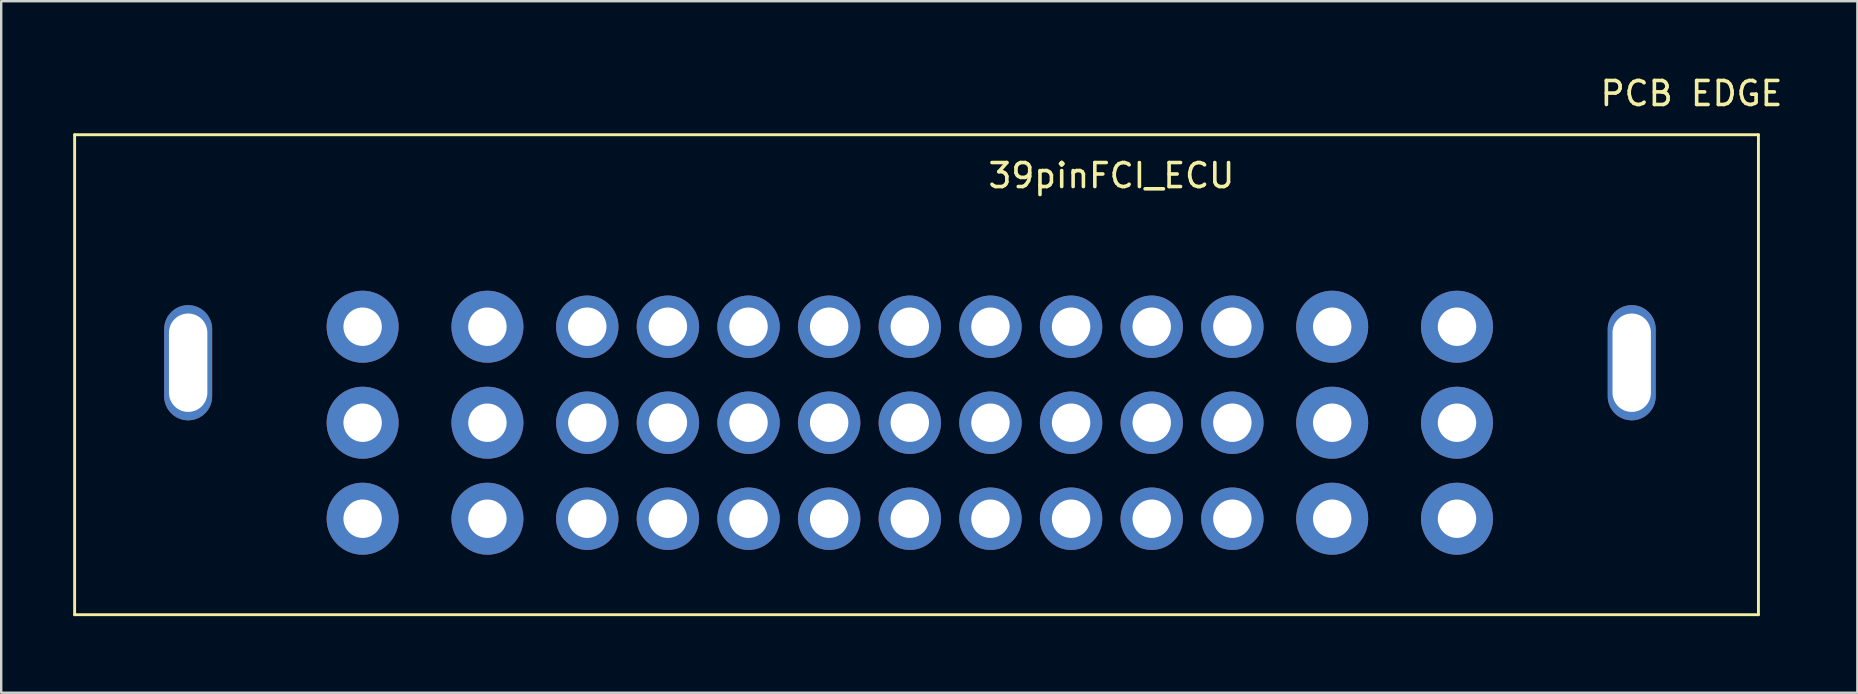
<source format=kicad_pcb>
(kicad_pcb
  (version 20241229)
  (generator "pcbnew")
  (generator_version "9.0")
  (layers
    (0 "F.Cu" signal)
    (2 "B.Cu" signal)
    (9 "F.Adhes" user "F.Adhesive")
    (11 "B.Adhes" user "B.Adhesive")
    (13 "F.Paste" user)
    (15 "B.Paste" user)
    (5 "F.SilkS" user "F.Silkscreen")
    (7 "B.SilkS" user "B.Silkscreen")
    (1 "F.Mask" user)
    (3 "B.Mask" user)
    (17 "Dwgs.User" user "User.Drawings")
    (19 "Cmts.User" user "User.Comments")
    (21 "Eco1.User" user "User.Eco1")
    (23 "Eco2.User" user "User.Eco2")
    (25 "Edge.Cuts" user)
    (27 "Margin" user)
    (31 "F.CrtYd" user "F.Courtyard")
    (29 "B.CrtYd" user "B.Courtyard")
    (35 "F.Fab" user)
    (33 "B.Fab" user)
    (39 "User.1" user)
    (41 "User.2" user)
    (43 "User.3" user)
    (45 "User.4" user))
  (footprint "39pinFCI_ECU"
    (layer "F.Cu")
    (at 43.26 22.564)
    (property "Reference" "39pinFCI_ECU" (at 0 -18.296 0) (layer "F.SilkS") (effects (font (size 1 1) (thickness 0.15))))
    (attr through_hole)
    (fp_line (start -43.2 -20) (end 26.96 -20) (stroke (width 0.12) (type solid)) (layer "F.SilkS"))
    (fp_line (start -43.2 0) (end -43.2 -20) (stroke (width 0.12) (type solid)) (layer "F.SilkS"))
    (fp_line (start 26.96 -20) (end 26.96 0) (stroke (width 0.12) (type solid)) (layer "F.SilkS"))
    (fp_line (start 26.96 0) (end -43.2 0) (stroke (width 0.12) (type solid)) (layer "F.SilkS"))
    (fp_text user "PCB EDGE" (at 24.172 -21.716 0) (layer "F.SilkS") (effects (font (size 1 1) (thickness 0.15))))
    (pad "1" thru_hole circle (at -31.2 -4) (size 3 3) (drill 1.6) (layers "*.Cu" "*.Mask"))
    (pad "2" thru_hole circle (at -26 -4) (size 3 3) (drill 1.6) (layers "*.Cu" "*.Mask"))
    (pad "3" thru_hole circle (at -21.84 -4) (size 2.6 2.6) (drill 1.6) (layers "*.Cu" "*.Mask"))
    (pad "4" thru_hole circle (at -18.48 -4) (size 2.6 2.6) (drill 1.6) (layers "*.Cu" "*.Mask"))
    (pad "5" thru_hole circle (at -15.12 -4) (size 2.6 2.6) (drill 1.6) (layers "*.Cu" "*.Mask"))
    (pad "6" thru_hole circle (at -11.76 -4) (size 2.6 2.6) (drill 1.6) (layers "*.Cu" "*.Mask"))
    (pad "7" thru_hole circle (at -8.4 -4) (size 2.6 2.6) (drill 1.6) (layers "*.Cu" "*.Mask"))
    (pad "8" thru_hole circle (at -5.04 -4) (size 2.6 2.6) (drill 1.6) (layers "*.Cu" "*.Mask"))
    (pad "9" thru_hole circle (at -1.68 -4) (size 2.6 2.6) (drill 1.6) (layers "*.Cu" "*.Mask"))
    (pad "10" thru_hole circle (at 1.68 -4) (size 2.6 2.6) (drill 1.6) (layers "*.Cu" "*.Mask"))
    (pad "11" thru_hole circle (at 5.04 -4) (size 2.6 2.6) (drill 1.6) (layers "*.Cu" "*.Mask"))
    (pad "12" thru_hole circle (at 9.2 -4) (size 3 3) (drill 1.6) (layers "*.Cu" "*.Mask"))
    (pad "13" thru_hole circle (at 14.4 -4) (size 3 3) (drill 1.6) (layers "*.Cu" "*.Mask"))
    (pad "14" thru_hole circle (at -31.2 -8) (size 3 3) (drill 1.6) (layers "*.Cu" "*.Mask"))
    (pad "15" thru_hole circle (at -26 -8) (size 3 3) (drill 1.6) (layers "*.Cu" "*.Mask"))
    (pad "16" thru_hole circle (at -21.84 -8) (size 2.6 2.6) (drill 1.6) (layers "*.Cu" "*.Mask"))
    (pad "17" thru_hole circle (at -18.48 -8) (size 2.6 2.6) (drill 1.6) (layers "*.Cu" "*.Mask"))
    (pad "18" thru_hole circle (at -15.12 -8) (size 2.6 2.6) (drill 1.6) (layers "*.Cu" "*.Mask"))
    (pad "19" thru_hole circle (at -11.76 -8) (size 2.6 2.6) (drill 1.6) (layers "*.Cu" "*.Mask"))
    (pad "20" thru_hole circle (at -8.4 -8) (size 2.6 2.6) (drill 1.6) (layers "*.Cu" "*.Mask"))
    (pad "21" thru_hole circle (at -5.04 -8) (size 2.6 2.6) (drill 1.6) (layers "*.Cu" "*.Mask"))
    (pad "22" thru_hole circle (at -1.68 -8) (size 2.6 2.6) (drill 1.6) (layers "*.Cu" "*.Mask"))
    (pad "23" thru_hole circle (at 1.68 -8) (size 2.6 2.6) (drill 1.6) (layers "*.Cu" "*.Mask"))
    (pad "24" thru_hole circle (at 5.04 -8) (size 2.6 2.6) (drill 1.6) (layers "*.Cu" "*.Mask"))
    (pad "25" thru_hole circle (at 9.2 -8) (size 3 3) (drill 1.6) (layers "*.Cu" "*.Mask"))
    (pad "26" thru_hole circle (at 14.4 -8) (size 3 3) (drill 1.6) (layers "*.Cu" "*.Mask"))
    (pad "27" thru_hole circle (at -31.2 -12) (size 3 3) (drill 1.6) (layers "*.Cu" "*.Mask"))
    (pad "28" thru_hole circle (at -26 -12) (size 3 3) (drill 1.6) (layers "*.Cu" "*.Mask"))
    (pad "29" thru_hole circle (at -21.84 -12) (size 2.6 2.6) (drill 1.6) (layers "*.Cu" "*.Mask"))
    (pad "30" thru_hole circle (at -18.48 -12) (size 2.6 2.6) (drill 1.6) (layers "*.Cu" "*.Mask"))
    (pad "31" thru_hole circle (at -15.12 -12) (size 2.6 2.6) (drill 1.6) (layers "*.Cu" "*.Mask"))
    (pad "32" thru_hole circle (at -11.76 -12) (size 2.6 2.6) (drill 1.6) (layers "*.Cu" "*.Mask"))
    (pad "33" thru_hole circle (at -8.4 -12) (size 2.6 2.6) (drill 1.6) (layers "*.Cu" "*.Mask"))
    (pad "34" thru_hole circle (at -5.04 -12) (size 2.6 2.6) (drill 1.6) (layers "*.Cu" "*.Mask"))
    (pad "35" thru_hole circle (at -1.68 -12) (size 2.6 2.6) (drill 1.6) (layers "*.Cu" "*.Mask"))
    (pad "36" thru_hole circle (at 1.68 -12) (size 2.6 2.6) (drill 1.6) (layers "*.Cu" "*.Mask"))
    (pad "37" thru_hole circle (at 5.04 -12) (size 2.6 2.6) (drill 1.6) (layers "*.Cu" "*.Mask"))
    (pad "38" thru_hole circle (at 9.2 -12) (size 3 3) (drill 1.6) (layers "*.Cu" "*.Mask"))
    (pad "39" thru_hole circle (at 14.4 -12) (size 3 3) (drill 1.6) (layers "*.Cu" "*.Mask"))
    (pad "40" thru_hole oval (at 21.68 -10.5) (size 2 4.8) (drill oval 1.6 4.1) (layers "*.Cu" "*.Mask"))
    (pad "41" thru_hole oval (at -38.47 -10.5) (size 2 4.8) (drill oval 1.6 4.1) (layers "*.Cu" "*.Mask")))
  (gr_rect
    (start -3 -3)
    (end 74.343 25.814)
    (stroke (width 0.1) (type default))
    (fill no)
    (layer "Edge.Cuts")))
</source>
